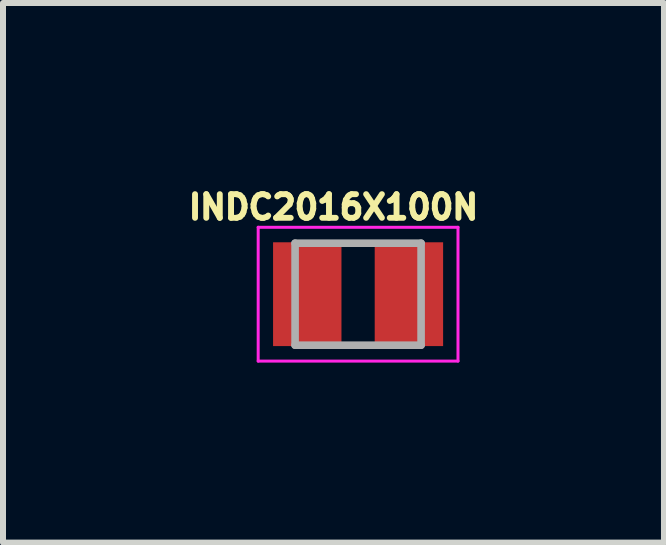
<source format=kicad_pcb>
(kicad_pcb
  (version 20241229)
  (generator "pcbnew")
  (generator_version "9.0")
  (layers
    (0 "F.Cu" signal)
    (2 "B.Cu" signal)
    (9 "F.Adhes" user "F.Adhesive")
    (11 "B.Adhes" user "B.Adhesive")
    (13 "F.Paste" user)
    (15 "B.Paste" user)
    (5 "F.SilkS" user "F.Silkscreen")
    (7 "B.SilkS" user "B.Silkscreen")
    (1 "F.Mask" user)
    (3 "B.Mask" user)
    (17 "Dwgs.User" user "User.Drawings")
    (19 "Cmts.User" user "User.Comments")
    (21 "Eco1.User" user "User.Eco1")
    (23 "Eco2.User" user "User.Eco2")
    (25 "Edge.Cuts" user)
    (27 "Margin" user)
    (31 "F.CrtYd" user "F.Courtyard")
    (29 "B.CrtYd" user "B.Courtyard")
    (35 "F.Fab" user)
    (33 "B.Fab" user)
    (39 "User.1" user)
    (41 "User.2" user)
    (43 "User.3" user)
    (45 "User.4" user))
  (footprint "INDC2016X100N"
    (layer "F.Cu")
    (at 2.918 1.853)
    (property "Reference" "INDC2016X100N" (at -0.41 -1.45 0) (layer "F.SilkS") (effects (font (size 0.394 0.394) (thickness 0.15))))
    (attr smd)
    (fp_line (start -1.665 -1.115) (end 1.665 -1.115) (stroke (width 0.05) (type solid)) (layer "F.CrtYd"))
    (fp_line (start -1.665 1.115) (end -1.665 -1.115) (stroke (width 0.05) (type solid)) (layer "F.CrtYd"))
    (fp_line (start -1.665 1.115) (end 1.665 1.115) (stroke (width 0.05) (type solid)) (layer "F.CrtYd"))
    (fp_line (start 1.665 1.115) (end 1.665 -1.115) (stroke (width 0.05) (type solid)) (layer "F.CrtYd"))
    (fp_line (start -1.05 0.85) (end -1.05 -0.85) (stroke (width 0.127) (type solid)) (layer "F.Fab"))
    (fp_line (start 1.05 -0.85) (end -1.05 -0.85) (stroke (width 0.127) (type solid)) (layer "F.Fab"))
    (fp_line (start 1.05 0.85) (end -1.05 0.85) (stroke (width 0.127) (type solid)) (layer "F.Fab"))
    (fp_line (start 1.05 0.85) (end 1.05 -0.85) (stroke (width 0.127) (type solid)) (layer "F.Fab"))
    (pad "1" smd rect (at -0.847 0) (size 1.14 1.73) (layers "F.Cu" "F.Mask" "F.Paste"))
    (pad "2" smd rect (at 0.847 0) (size 1.14 1.73) (layers "F.Cu" "F.Mask" "F.Paste")))
  (gr_rect
    (start -3 -3)
    (end 8.016 5.993)
    (stroke (width 0.1) (type default))
    (fill no)
    (layer "Edge.Cuts")))
</source>
